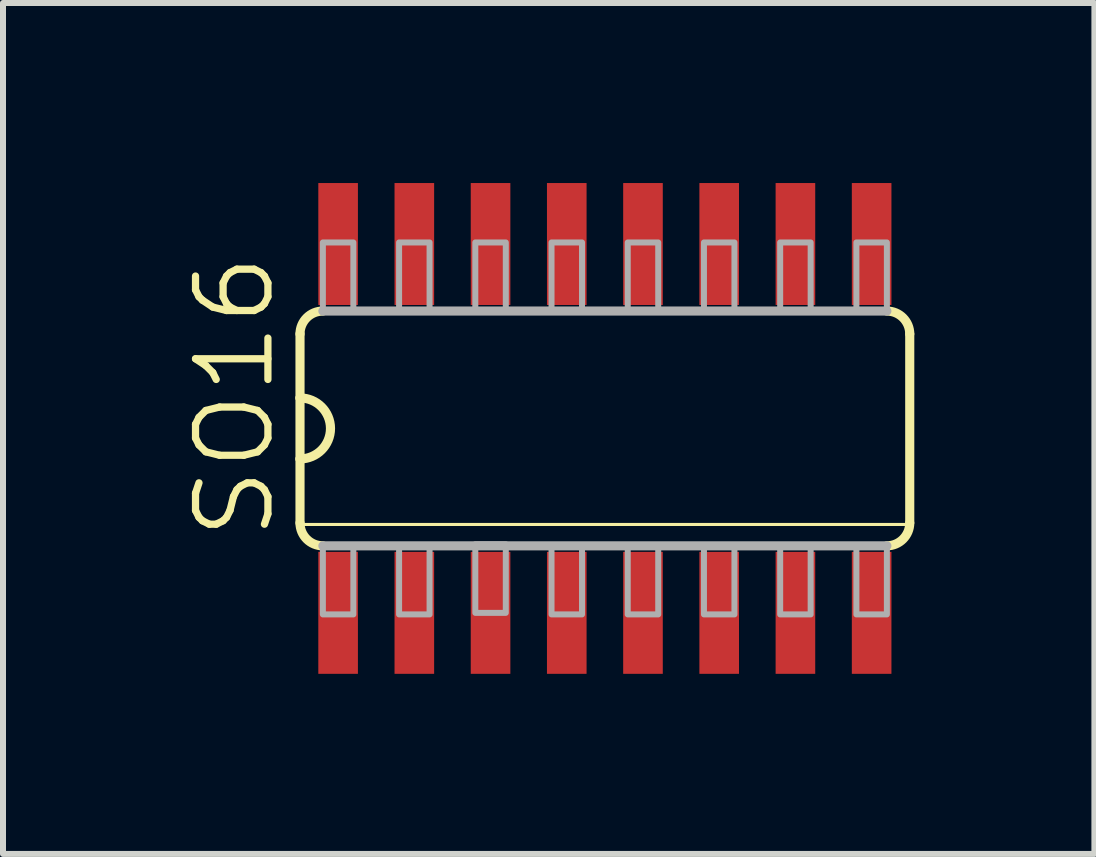
<source format=kicad_pcb>
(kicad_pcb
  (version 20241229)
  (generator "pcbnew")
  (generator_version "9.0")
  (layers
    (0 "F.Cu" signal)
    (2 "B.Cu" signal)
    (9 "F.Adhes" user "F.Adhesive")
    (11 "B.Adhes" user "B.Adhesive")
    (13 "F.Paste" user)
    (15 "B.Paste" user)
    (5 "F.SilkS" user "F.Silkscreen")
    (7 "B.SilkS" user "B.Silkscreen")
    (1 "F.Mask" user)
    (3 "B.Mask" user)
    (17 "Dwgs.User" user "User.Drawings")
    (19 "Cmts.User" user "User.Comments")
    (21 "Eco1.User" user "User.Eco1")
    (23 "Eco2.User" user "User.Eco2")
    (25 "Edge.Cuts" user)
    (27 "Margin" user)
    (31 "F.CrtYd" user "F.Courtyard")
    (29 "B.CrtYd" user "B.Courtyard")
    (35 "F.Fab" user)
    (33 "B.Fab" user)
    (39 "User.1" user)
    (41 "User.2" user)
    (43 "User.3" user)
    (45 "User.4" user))
  (footprint "SO16"
    (layer "F.Cu")
    (at 7.029 4.089)
    (property "Reference" "SO16" (at -5.461 1.905 90) (layer "F.SilkS") (effects (font (size 1.206 1.206) (thickness 0.121)) (justify left bottom)))
    (attr through_hole)
    (fp_line (start -5.08 -1.575) (end -5.08 -0.508) (stroke (width 0.152) (type solid)) (layer "F.SilkS"))
    (fp_line (start -5.08 -0.508) (end -5.08 0.508) (stroke (width 0.152) (type solid)) (layer "F.SilkS"))
    (fp_line (start -5.08 0.508) (end -5.08 1.575) (stroke (width 0.152) (type solid)) (layer "F.SilkS"))
    (fp_line (start -5.08 1.6) (end 5.08 1.6) (stroke (width 0.051) (type solid)) (layer "F.SilkS"))
    (fp_line (start 5.08 1.575) (end 5.08 -1.575) (stroke (width 0.152) (type solid)) (layer "F.SilkS"))
    (fp_arc (start -5.08 -1.5748) (mid -4.968408 -1.844208) (end -4.699 -1.9558) (stroke (width 0.1524) (type solid)) (layer "F.SilkS"))
    (fp_arc (start -5.08 -0.508) (mid -4.572 0) (end -5.08 0.508) (stroke (width 0.1524) (type solid)) (layer "F.SilkS"))
    (fp_arc (start -4.699 1.9558) (mid -4.968408 1.844208) (end -5.08 1.5748) (stroke (width 0.1524) (type solid)) (layer "F.SilkS"))
    (fp_arc (start 4.699 -1.9558) (mid 4.968408 -1.844208) (end 5.08 -1.5748) (stroke (width 0.1524) (type solid)) (layer "F.SilkS"))
    (fp_arc (start 5.08 1.5748) (mid 4.968408 1.844208) (end 4.699 1.9558) (stroke (width 0.1524) (type solid)) (layer "F.SilkS"))
    (fp_line (start -4.699 1.956) (end 4.699 1.956) (stroke (width 0.152) (type solid)) (layer "F.Fab"))
    (fp_line (start 4.699 -1.956) (end -4.699 -1.956) (stroke (width 0.152) (type solid)) (layer "F.Fab"))
    (fp_poly (pts (xy -4.699 -1.956) (xy -4.191 -1.956) (xy -4.191 -3.099) (xy -4.699 -3.099)) (stroke (width 0.1) (type solid)) (fill no) (layer "F.Fab"))
    (fp_poly (pts (xy -4.699 3.099) (xy -4.191 3.099) (xy -4.191 1.956) (xy -4.699 1.956)) (stroke (width 0.1) (type solid)) (fill no) (layer "F.Fab"))
    (fp_poly (pts (xy -3.429 -1.956) (xy -2.921 -1.956) (xy -2.921 -3.099) (xy -3.429 -3.099)) (stroke (width 0.1) (type solid)) (fill no) (layer "F.Fab"))
    (fp_poly (pts (xy -3.429 3.099) (xy -2.921 3.099) (xy -2.921 1.956) (xy -3.429 1.956)) (stroke (width 0.1) (type solid)) (fill no) (layer "F.Fab"))
    (fp_poly (pts (xy -2.159 -1.956) (xy -1.651 -1.956) (xy -1.651 -3.099) (xy -2.159 -3.099)) (stroke (width 0.1) (type solid)) (fill no) (layer "F.Fab"))
    (fp_poly (pts (xy -2.159 3.073) (xy -1.651 3.073) (xy -1.651 1.93) (xy -2.159 1.93)) (stroke (width 0.1) (type solid)) (fill no) (layer "F.Fab"))
    (fp_poly (pts (xy -0.889 -1.956) (xy -0.381 -1.956) (xy -0.381 -3.099) (xy -0.889 -3.099)) (stroke (width 0.1) (type solid)) (fill no) (layer "F.Fab"))
    (fp_poly (pts (xy -0.889 3.099) (xy -0.381 3.099) (xy -0.381 1.956) (xy -0.889 1.956)) (stroke (width 0.1) (type solid)) (fill no) (layer "F.Fab"))
    (fp_poly (pts (xy 0.381 -1.956) (xy 0.889 -1.956) (xy 0.889 -3.099) (xy 0.381 -3.099)) (stroke (width 0.1) (type solid)) (fill no) (layer "F.Fab"))
    (fp_poly (pts (xy 0.381 3.099) (xy 0.889 3.099) (xy 0.889 1.956) (xy 0.381 1.956)) (stroke (width 0.1) (type solid)) (fill no) (layer "F.Fab"))
    (fp_poly (pts (xy 1.651 -1.956) (xy 2.159 -1.956) (xy 2.159 -3.099) (xy 1.651 -3.099)) (stroke (width 0.1) (type solid)) (fill no) (layer "F.Fab"))
    (fp_poly (pts (xy 1.651 3.099) (xy 2.159 3.099) (xy 2.159 1.956) (xy 1.651 1.956)) (stroke (width 0.1) (type solid)) (fill no) (layer "F.Fab"))
    (fp_poly (pts (xy 2.921 -1.956) (xy 3.429 -1.956) (xy 3.429 -3.099) (xy 2.921 -3.099)) (stroke (width 0.1) (type solid)) (fill no) (layer "F.Fab"))
    (fp_poly (pts (xy 2.921 3.099) (xy 3.429 3.099) (xy 3.429 1.956) (xy 2.921 1.956)) (stroke (width 0.1) (type solid)) (fill no) (layer "F.Fab"))
    (fp_poly (pts (xy 4.191 -1.956) (xy 4.699 -1.956) (xy 4.699 -3.099) (xy 4.191 -3.099)) (stroke (width 0.1) (type solid)) (fill no) (layer "F.Fab"))
    (fp_poly (pts (xy 4.191 3.099) (xy 4.699 3.099) (xy 4.699 1.956) (xy 4.191 1.956)) (stroke (width 0.1) (type solid)) (fill no) (layer "F.Fab"))
    (pad "1" smd rect (at -4.445 3.073) (size 0.66 2.032) (layers "F.Cu" "F.Mask" "F.Paste"))
    (pad "2" smd rect (at -3.175 3.073) (size 0.66 2.032) (layers "F.Cu" "F.Mask" "F.Paste"))
    (pad "3" smd rect (at -1.905 3.073) (size 0.66 2.032) (layers "F.Cu" "F.Mask" "F.Paste"))
    (pad "4" smd rect (at -0.635 3.073) (size 0.66 2.032) (layers "F.Cu" "F.Mask" "F.Paste"))
    (pad "5" smd rect (at 0.635 3.073) (size 0.66 2.032) (layers "F.Cu" "F.Mask" "F.Paste"))
    (pad "6" smd rect (at 1.905 3.073) (size 0.66 2.032) (layers "F.Cu" "F.Mask" "F.Paste"))
    (pad "7" smd rect (at 3.175 3.073) (size 0.66 2.032) (layers "F.Cu" "F.Mask" "F.Paste"))
    (pad "8" smd rect (at 4.445 3.073) (size 0.66 2.032) (layers "F.Cu" "F.Mask" "F.Paste"))
    (pad "9" smd rect (at 4.445 -3.073) (size 0.66 2.032) (layers "F.Cu" "F.Mask" "F.Paste"))
    (pad "10" smd rect (at 3.175 -3.073) (size 0.66 2.032) (layers "F.Cu" "F.Mask" "F.Paste"))
    (pad "11" smd rect (at 1.905 -3.073) (size 0.66 2.032) (layers "F.Cu" "F.Mask" "F.Paste"))
    (pad "12" smd rect (at 0.635 -3.073) (size 0.66 2.032) (layers "F.Cu" "F.Mask" "F.Paste"))
    (pad "13" smd rect (at -0.635 -3.073) (size 0.66 2.032) (layers "F.Cu" "F.Mask" "F.Paste"))
    (pad "14" smd rect (at -1.905 -3.073) (size 0.66 2.032) (layers "F.Cu" "F.Mask" "F.Paste"))
    (pad "15" smd rect (at -3.175 -3.073) (size 0.66 2.032) (layers "F.Cu" "F.Mask" "F.Paste"))
    (pad "16" smd rect (at -4.445 -3.073) (size 0.66 2.032) (layers "F.Cu" "F.Mask" "F.Paste")))
  (gr_rect
    (start -3 -3)
    (end 15.186 11.179)
    (stroke (width 0.1) (type default))
    (fill no)
    (layer "Edge.Cuts")))
</source>
